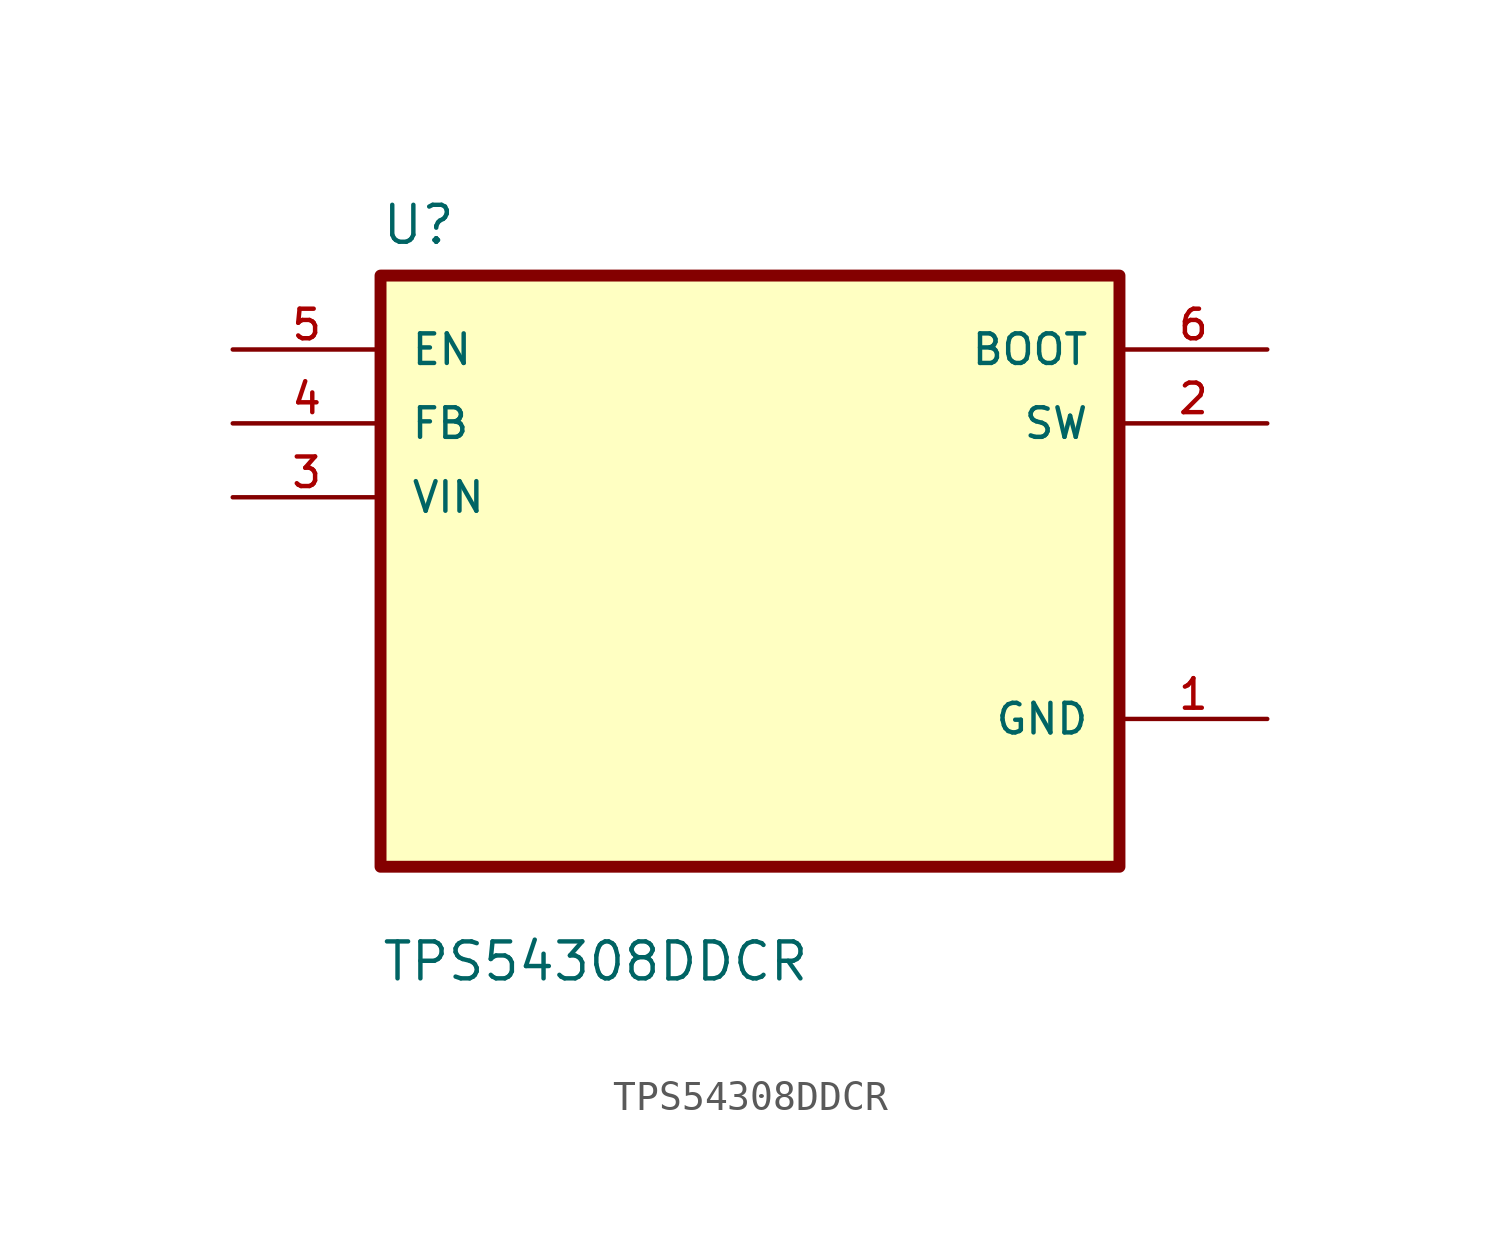
<source format=kicad_sym>
(kicad_symbol_lib
  (version 20211014)
  (generator kicad_symbol_editor)
  (symbol "TPS54308DDCR"
    (pin_names
      (offset 1.016))
    (property "Reference" "U"
      (at -12.7 11.16 0.0)
      (effects (font (size 1.27 1.27)) (justify bottom left)))
    (property "Value" "TPS54308DDCR"
      (at -12.7 -14.16 0.0)
      (effects (font (size 1.27 1.27)) (justify bottom left)))
    (symbol "TPS54308DDCR_0_0"
      (rectangle (start -12.7 -10.16) (end 12.7 10.16) (stroke (width 0.41)) (fill (type background)))
      (pin input line (at -17.78 7.62 0) (length 5.08) (name "EN" (effects (font (size 1.016 1.016)))) (number "5" (effects (font (size 1.016 1.016)))))
      (pin input line (at -17.78 5.08 0) (length 5.08) (name "FB" (effects (font (size 1.016 1.016)))) (number "4" (effects (font (size 1.016 1.016)))))
      (pin input line (at -17.78 2.54 0) (length 5.08) (name "VIN" (effects (font (size 1.016 1.016)))) (number "3" (effects (font (size 1.016 1.016)))))
      (pin output line (at 17.78 7.62 180.0) (length 5.08) (name "BOOT" (effects (font (size 1.016 1.016)))) (number "6" (effects (font (size 1.016 1.016)))))
      (pin output line (at 17.78 5.08 180.0) (length 5.08) (name "SW" (effects (font (size 1.016 1.016)))) (number "2" (effects (font (size 1.016 1.016)))))
      (pin power_in line (at 17.78 -5.08 180.0) (length 5.08) (name "GND" (effects (font (size 1.016 1.016)))) (number "1" (effects (font (size 1.016 1.016))))))))
</source>
